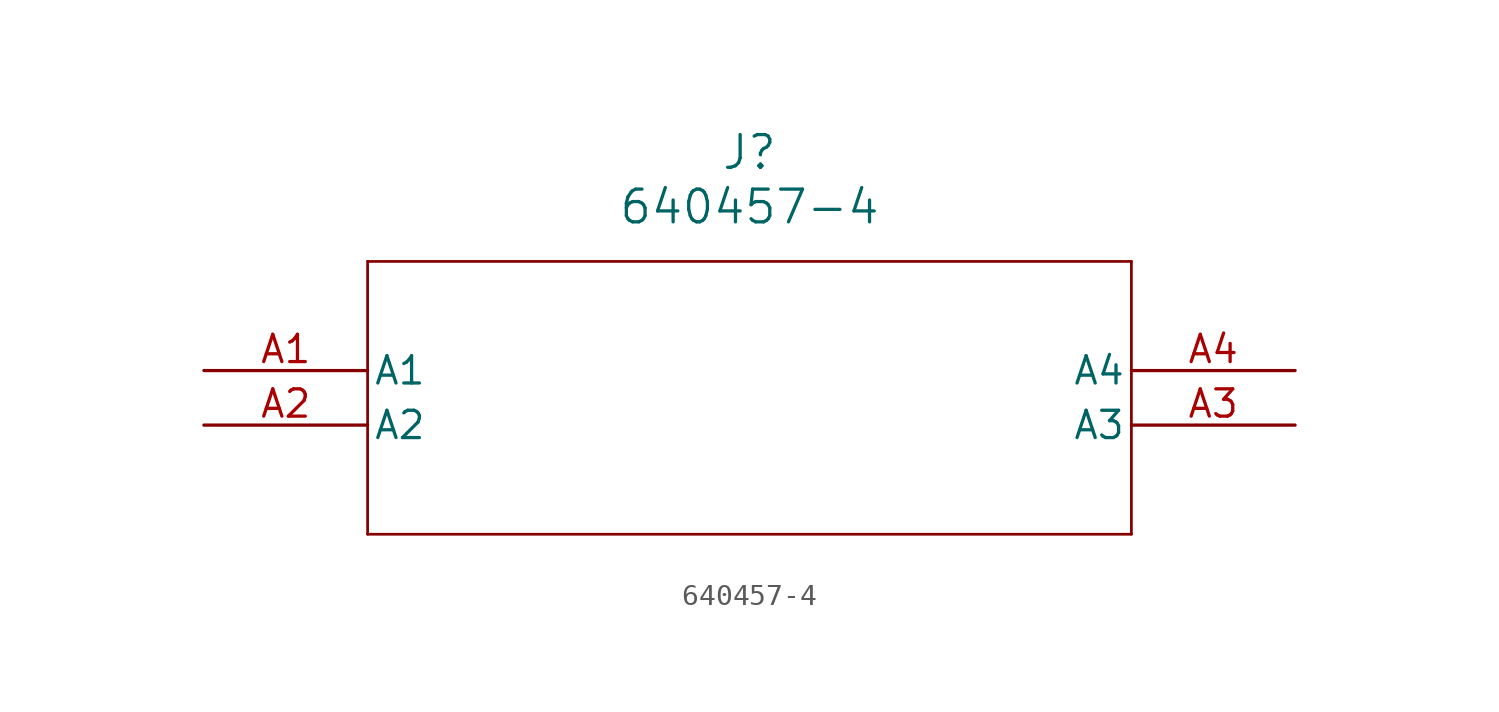
<source format=kicad_sym>
(kicad_symbol_lib
  (version 20211014)
  (generator kicad_symbol_editor)
  (symbol "640457-4"
    (pin_names
      (offset 0.254))
    (property "Reference" "J"
      (at 25.4 10.16 0)
      (effects (font (size 1.524 1.524))))
    (property "Value" "640457-4"
      (at 25.4 7.62 0)
      (effects (font (size 1.524 1.524))))
    (symbol "640457-4_0_1"
      (polyline (pts (xy 7.62 5.08) (xy 7.62 -7.62)) (stroke (width 0.127) (type default) (color 0 0 0 0)) (fill (type none)))
      (polyline (pts (xy 7.62 -7.62) (xy 43.18 -7.62)) (stroke (width 0.127) (type default) (color 0 0 0 0)) (fill (type none)))
      (polyline (pts (xy 43.18 -7.62) (xy 43.18 5.08)) (stroke (width 0.127) (type default) (color 0 0 0 0)) (fill (type none)))
      (polyline (pts (xy 43.18 5.08) (xy 7.62 5.08)) (stroke (width 0.127) (type default) (color 0 0 0 0)) (fill (type none)))
      (pin unspecified line (at 0 0 0) (length 7.62) (name "A1" (effects (font (size 1.27 1.27)))) (number "A1" (effects (font (size 1.27 1.27)))))
      (pin unspecified line (at 0 -2.54 0) (length 7.62) (name "A2" (effects (font (size 1.27 1.27)))) (number "A2" (effects (font (size 1.27 1.27)))))
      (pin unspecified line (at 50.8 -2.54 180) (length 7.62) (name "A3" (effects (font (size 1.27 1.27)))) (number "A3" (effects (font (size 1.27 1.27)))))
      (pin unspecified line (at 50.8 0 180) (length 7.62) (name "A4" (effects (font (size 1.27 1.27)))) (number "A4" (effects (font (size 1.27 1.27))))))))
</source>
